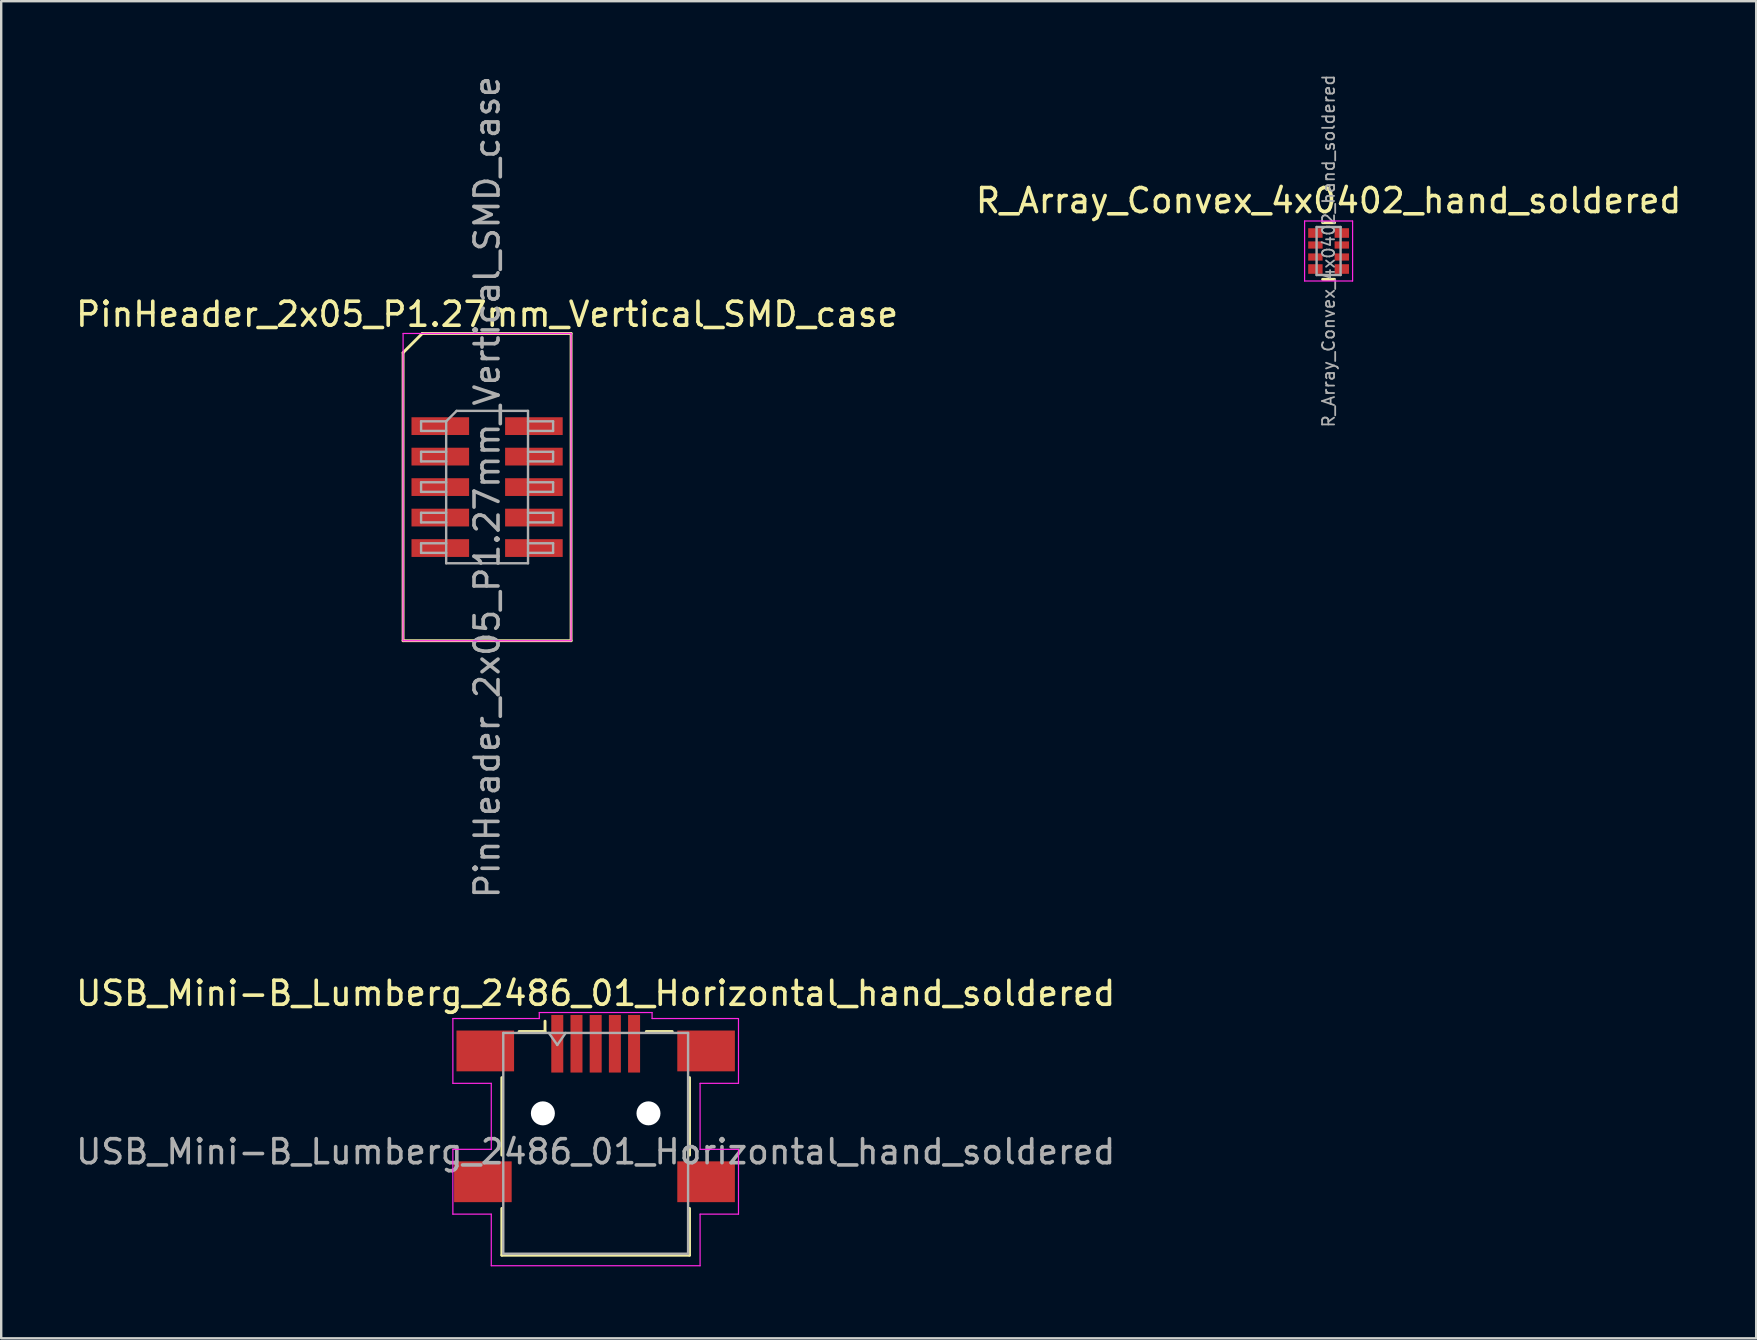
<source format=kicad_pcb>
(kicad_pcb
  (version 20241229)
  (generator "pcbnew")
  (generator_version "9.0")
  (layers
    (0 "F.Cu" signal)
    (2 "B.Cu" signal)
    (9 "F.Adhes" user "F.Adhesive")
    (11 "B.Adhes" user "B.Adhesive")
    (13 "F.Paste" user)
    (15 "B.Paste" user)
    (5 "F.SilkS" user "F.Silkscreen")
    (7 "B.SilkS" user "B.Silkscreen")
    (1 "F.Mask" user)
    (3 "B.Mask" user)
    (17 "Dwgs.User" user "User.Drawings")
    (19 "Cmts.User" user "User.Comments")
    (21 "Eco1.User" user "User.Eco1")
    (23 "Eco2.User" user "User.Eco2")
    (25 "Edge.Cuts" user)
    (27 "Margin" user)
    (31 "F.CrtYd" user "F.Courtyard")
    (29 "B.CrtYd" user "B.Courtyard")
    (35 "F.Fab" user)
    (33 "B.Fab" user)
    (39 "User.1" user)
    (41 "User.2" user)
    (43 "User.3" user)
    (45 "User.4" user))
  (footprint "PinHeader_2x05_P1.27mm_Vertical_SMD_case"
    (layer "F.Cu")
    (at 17.244 17.244)
    (property "Reference" "PinHeader_2x05_P1.27mm_Vertical_SMD_case" (at 0 -7.2 0) (layer "F.SilkS") (effects (font (size 1 1) (thickness 0.15))))
    (attr smd)
    (fp_line (start -3.5 6.4) (end -3.5 -5.6) (stroke (width 0.12) (type solid)) (layer "F.SilkS"))
    (fp_line (start -3.5 6.4) (end 3.5 6.4) (stroke (width 0.12) (type solid)) (layer "F.SilkS"))
    (fp_line (start -2.7 -6.4) (end -3.5 -5.6) (stroke (width 0.12) (type solid)) (layer "F.SilkS"))
    (fp_line (start -2.7 -6.4) (end 3.5 -6.4) (stroke (width 0.12) (type solid)) (layer "F.SilkS"))
    (fp_line (start 3.5 -6.4) (end 3.5 6.4) (stroke (width 0.12) (type solid)) (layer "F.SilkS"))
    (fp_line (start -3.5 -6.4) (end -3.5 6.4) (stroke (width 0.05) (type solid)) (layer "F.CrtYd"))
    (fp_line (start -3.5 6.4) (end 3.5 6.4) (stroke (width 0.05) (type solid)) (layer "F.CrtYd"))
    (fp_line (start 3.5 -6.4) (end -3.5 -6.4) (stroke (width 0.05) (type solid)) (layer "F.CrtYd"))
    (fp_line (start 3.5 6.4) (end 3.5 -6.4) (stroke (width 0.05) (type solid)) (layer "F.CrtYd"))
    (fp_line (start -2.75 -2.74) (end -2.75 -2.34) (stroke (width 0.1) (type solid)) (layer "F.Fab"))
    (fp_line (start -2.75 -2.34) (end -1.705 -2.34) (stroke (width 0.1) (type solid)) (layer "F.Fab"))
    (fp_line (start -2.75 -1.47) (end -2.75 -1.07) (stroke (width 0.1) (type solid)) (layer "F.Fab"))
    (fp_line (start -2.75 -1.07) (end -1.705 -1.07) (stroke (width 0.1) (type solid)) (layer "F.Fab"))
    (fp_line (start -2.75 -0.2) (end -2.75 0.2) (stroke (width 0.1) (type solid)) (layer "F.Fab"))
    (fp_line (start -2.75 0.2) (end -1.705 0.2) (stroke (width 0.1) (type solid)) (layer "F.Fab"))
    (fp_line (start -2.75 1.07) (end -2.75 1.47) (stroke (width 0.1) (type solid)) (layer "F.Fab"))
    (fp_line (start -2.75 1.47) (end -1.705 1.47) (stroke (width 0.1) (type solid)) (layer "F.Fab"))
    (fp_line (start -2.75 2.34) (end -2.75 2.74) (stroke (width 0.1) (type solid)) (layer "F.Fab"))
    (fp_line (start -2.75 2.74) (end -1.705 2.74) (stroke (width 0.1) (type solid)) (layer "F.Fab"))
    (fp_line (start -1.705 -2.74) (end -2.75 -2.74) (stroke (width 0.1) (type solid)) (layer "F.Fab"))
    (fp_line (start -1.705 -2.74) (end -1.27 -3.175) (stroke (width 0.1) (type solid)) (layer "F.Fab"))
    (fp_line (start -1.705 -1.47) (end -2.75 -1.47) (stroke (width 0.1) (type solid)) (layer "F.Fab"))
    (fp_line (start -1.705 -0.2) (end -2.75 -0.2) (stroke (width 0.1) (type solid)) (layer "F.Fab"))
    (fp_line (start -1.705 1.07) (end -2.75 1.07) (stroke (width 0.1) (type solid)) (layer "F.Fab"))
    (fp_line (start -1.705 2.34) (end -2.75 2.34) (stroke (width 0.1) (type solid)) (layer "F.Fab"))
    (fp_line (start -1.705 3.175) (end -1.705 -2.74) (stroke (width 0.1) (type solid)) (layer "F.Fab"))
    (fp_line (start -1.27 -3.175) (end 1.705 -3.175) (stroke (width 0.1) (type solid)) (layer "F.Fab"))
    (fp_line (start 1.705 -3.175) (end 1.705 3.175) (stroke (width 0.1) (type solid)) (layer "F.Fab"))
    (fp_line (start 1.705 -2.74) (end 2.75 -2.74) (stroke (width 0.1) (type solid)) (layer "F.Fab"))
    (fp_line (start 1.705 -1.47) (end 2.75 -1.47) (stroke (width 0.1) (type solid)) (layer "F.Fab"))
    (fp_line (start 1.705 -0.2) (end 2.75 -0.2) (stroke (width 0.1) (type solid)) (layer "F.Fab"))
    (fp_line (start 1.705 1.07) (end 2.75 1.07) (stroke (width 0.1) (type solid)) (layer "F.Fab"))
    (fp_line (start 1.705 2.34) (end 2.75 2.34) (stroke (width 0.1) (type solid)) (layer "F.Fab"))
    (fp_line (start 1.705 3.175) (end -1.705 3.175) (stroke (width 0.1) (type solid)) (layer "F.Fab"))
    (fp_line (start 2.75 -2.74) (end 2.75 -2.34) (stroke (width 0.1) (type solid)) (layer "F.Fab"))
    (fp_line (start 2.75 -2.34) (end 1.705 -2.34) (stroke (width 0.1) (type solid)) (layer "F.Fab"))
    (fp_line (start 2.75 -1.47) (end 2.75 -1.07) (stroke (width 0.1) (type solid)) (layer "F.Fab"))
    (fp_line (start 2.75 -1.07) (end 1.705 -1.07) (stroke (width 0.1) (type solid)) (layer "F.Fab"))
    (fp_line (start 2.75 -0.2) (end 2.75 0.2) (stroke (width 0.1) (type solid)) (layer "F.Fab"))
    (fp_line (start 2.75 0.2) (end 1.705 0.2) (stroke (width 0.1) (type solid)) (layer "F.Fab"))
    (fp_line (start 2.75 1.07) (end 2.75 1.47) (stroke (width 0.1) (type solid)) (layer "F.Fab"))
    (fp_line (start 2.75 1.47) (end 1.705 1.47) (stroke (width 0.1) (type solid)) (layer "F.Fab"))
    (fp_line (start 2.75 2.34) (end 2.75 2.74) (stroke (width 0.1) (type solid)) (layer "F.Fab"))
    (fp_line (start 2.75 2.74) (end 1.705 2.74) (stroke (width 0.1) (type solid)) (layer "F.Fab"))
    (fp_text user "${REFERENCE}" (at 0 0 90) (layer "F.Fab") (effects (font (size 1 1) (thickness 0.15))))
    (pad "1" smd rect (at -1.95 -2.54) (size 2.4 0.74) (layers "F.Cu" "F.Mask" "F.Paste"))
    (pad "2" smd rect (at 1.95 -2.54) (size 2.4 0.74) (layers "F.Cu" "F.Mask" "F.Paste"))
    (pad "3" smd rect (at -1.95 -1.27) (size 2.4 0.74) (layers "F.Cu" "F.Mask" "F.Paste"))
    (pad "4" smd rect (at 1.95 -1.27) (size 2.4 0.74) (layers "F.Cu" "F.Mask" "F.Paste"))
    (pad "5" smd rect (at -1.95 0) (size 2.4 0.74) (layers "F.Cu" "F.Mask" "F.Paste"))
    (pad "6" smd rect (at 1.95 0) (size 2.4 0.74) (layers "F.Cu" "F.Mask" "F.Paste"))
    (pad "7" smd rect (at -1.95 1.27) (size 2.4 0.74) (layers "F.Cu" "F.Mask" "F.Paste"))
    (pad "8" smd rect (at 1.95 1.27) (size 2.4 0.74) (layers "F.Cu" "F.Mask" "F.Paste"))
    (pad "9" smd rect (at -1.95 2.54) (size 2.4 0.74) (layers "F.Cu" "F.Mask" "F.Paste"))
    (pad "10" smd rect (at 1.95 2.54) (size 2.4 0.74) (layers "F.Cu" "F.Mask" "F.Paste")))
  (footprint "USB_Mini-B_Lumberg_2486_01_Horizontal_hand_soldered"
    (layer "F.Cu")
    (at 21.768 43.336)
    (property "Reference" "USB_Mini-B_Lumberg_2486_01_Horizontal_hand_soldered" (at 0 -5 0) (layer "F.SilkS") (effects (font (size 1 1) (thickness 0.15))))
    (attr smd)
    (fp_line (start -3.91 1.74) (end -3.91 -1.49) (stroke (width 0.12) (type solid)) (layer "F.SilkS"))
    (fp_line (start -3.91 5.91) (end -3.91 3.96) (stroke (width 0.12) (type solid)) (layer "F.SilkS"))
    (fp_line (start -3.19 -3.41) (end -2.11 -3.41) (stroke (width 0.12) (type solid)) (layer "F.SilkS"))
    (fp_line (start -2.11 -3.41) (end -2.11 -3.84) (stroke (width 0.12) (type solid)) (layer "F.SilkS"))
    (fp_line (start 2.11 -3.41) (end 3.19 -3.41) (stroke (width 0.12) (type solid)) (layer "F.SilkS"))
    (fp_line (start 3.91 1.74) (end 3.91 -1.49) (stroke (width 0.12) (type solid)) (layer "F.SilkS"))
    (fp_line (start 3.91 5.91) (end -3.91 5.91) (stroke (width 0.12) (type solid)) (layer "F.SilkS"))
    (fp_line (start 3.91 5.91) (end 3.91 3.96) (stroke (width 0.12) (type solid)) (layer "F.SilkS"))
    (fp_line (start -5.95 -3.95) (end -5.95 -1.25) (stroke (width 0.05) (type solid)) (layer "F.CrtYd"))
    (fp_line (start -5.95 -3.95) (end -2.35 -3.95) (stroke (width 0.05) (type solid)) (layer "F.CrtYd"))
    (fp_line (start -5.95 1.5) (end -5.95 4.2) (stroke (width 0.05) (type solid)) (layer "F.CrtYd"))
    (fp_line (start -4.35 -1.25) (end -5.95 -1.25) (stroke (width 0.05) (type solid)) (layer "F.CrtYd"))
    (fp_line (start -4.35 -1.25) (end -4.35 1.5) (stroke (width 0.05) (type solid)) (layer "F.CrtYd"))
    (fp_line (start -4.35 1.5) (end -5.95 1.5) (stroke (width 0.05) (type solid)) (layer "F.CrtYd"))
    (fp_line (start -4.35 4.2) (end -5.95 4.2) (stroke (width 0.05) (type solid)) (layer "F.CrtYd"))
    (fp_line (start -4.35 6.35) (end -4.35 4.2) (stroke (width 0.05) (type solid)) (layer "F.CrtYd"))
    (fp_line (start -4.35 6.35) (end 4.35 6.35) (stroke (width 0.05) (type solid)) (layer "F.CrtYd"))
    (fp_line (start -2.35 -3.95) (end -2.35 -4.2) (stroke (width 0.05) (type solid)) (layer "F.CrtYd"))
    (fp_line (start 2.35 -4.2) (end -2.35 -4.2) (stroke (width 0.05) (type solid)) (layer "F.CrtYd"))
    (fp_line (start 2.35 -3.95) (end 2.35 -4.2) (stroke (width 0.05) (type solid)) (layer "F.CrtYd"))
    (fp_line (start 4.35 -1.25) (end 4.35 1.5) (stroke (width 0.05) (type solid)) (layer "F.CrtYd"))
    (fp_line (start 4.35 -1.25) (end 5.95 -1.25) (stroke (width 0.05) (type solid)) (layer "F.CrtYd"))
    (fp_line (start 4.35 1.5) (end 5.95 1.5) (stroke (width 0.05) (type solid)) (layer "F.CrtYd"))
    (fp_line (start 4.35 4.2) (end 5.95 4.2) (stroke (width 0.05) (type solid)) (layer "F.CrtYd"))
    (fp_line (start 4.35 6.35) (end 4.35 4.2) (stroke (width 0.05) (type solid)) (layer "F.CrtYd"))
    (fp_line (start 5.95 -3.95) (end 2.35 -3.95) (stroke (width 0.05) (type solid)) (layer "F.CrtYd"))
    (fp_line (start 5.95 -3.95) (end 5.95 -1.25) (stroke (width 0.05) (type solid)) (layer "F.CrtYd"))
    (fp_line (start 5.95 1.5) (end 5.95 4.2) (stroke (width 0.05) (type solid)) (layer "F.CrtYd"))
    (fp_line (start -3.85 -3.35) (end -3.85 5.85) (stroke (width 0.1) (type solid)) (layer "F.Fab"))
    (fp_line (start -3.85 -3.35) (end 3.85 -3.35) (stroke (width 0.1) (type solid)) (layer "F.Fab"))
    (fp_line (start -3.85 5.85) (end 3.85 5.85) (stroke (width 0.1) (type solid)) (layer "F.Fab"))
    (fp_line (start -1.95 -3.35) (end -1.6 -2.85) (stroke (width 0.1) (type solid)) (layer "F.Fab"))
    (fp_line (start -1.6 -2.85) (end -1.25 -3.35) (stroke (width 0.1) (type solid)) (layer "F.Fab"))
    (fp_line (start 3.85 5.85) (end 3.85 -3.35) (stroke (width 0.1) (type solid)) (layer "F.Fab"))
    (fp_text user "${REFERENCE}" (at 0 1.6 180) (layer "F.Fab") (effects (font (size 1 1) (thickness 0.15))))
    (pad "" np_thru_hole circle (at -2.2 0) (size 1 1) (drill 1) (layers "*.Cu" "*.Mask"))
    (pad "" np_thru_hole circle (at 2.2 0) (size 1 1) (drill 1) (layers "*.Cu" "*.Mask"))
    (pad "1" smd rect (at -1.6 -2.9) (size 0.5 2.4) (layers "F.Cu" "F.Mask" "F.Paste"))
    (pad "2" smd rect (at -0.8 -2.9) (size 0.5 2.4) (layers "F.Cu" "F.Mask" "F.Paste"))
    (pad "3" smd rect (at 0 -2.9) (size 0.5 2.4) (layers "F.Cu" "F.Mask" "F.Paste"))
    (pad "4" smd rect (at 0.8 -2.9) (size 0.5 2.4) (layers "F.Cu" "F.Mask" "F.Paste"))
    (pad "5" smd rect (at 1.6 -2.9) (size 0.5 2.4) (layers "F.Cu" "F.Mask" "F.Paste"))
    (pad "6" smd rect (at -4.7 2.85) (size 2.4 1.7) (layers "F.Cu" "F.Mask" "F.Paste"))
    (pad "6" smd rect (at -4.6 -2.6) (size 2.4 1.7) (layers "F.Cu" "F.Mask" "F.Paste"))
    (pad "6" smd rect (at 4.6 -2.6) (size 2.4 1.7) (layers "F.Cu" "F.Mask" "F.Paste"))
    (pad "6" smd rect (at 4.6 2.85) (size 2.4 1.7) (layers "F.Cu" "F.Mask" "F.Paste")))
  (footprint "R_Array_Convex_4x0402_hand_soldered"
    (layer "F.Cu")
    (at 52.304 7.408)
    (property "Reference" "R_Array_Convex_4x0402_hand_soldered" (at 0 -2.1 0) (layer "F.SilkS") (effects (font (size 1 1) (thickness 0.15))))
    (attr smd)
    (fp_line (start 0.25 -1.18) (end -0.25 -1.18) (stroke (width 0.12) (type solid)) (layer "F.SilkS"))
    (fp_line (start 0.25 1.18) (end -0.25 1.18) (stroke (width 0.12) (type solid)) (layer "F.SilkS"))
    (fp_line (start -1 -1.25) (end -1 1.25) (stroke (width 0.05) (type solid)) (layer "F.CrtYd"))
    (fp_line (start -1 -1.25) (end 1 -1.25) (stroke (width 0.05) (type solid)) (layer "F.CrtYd"))
    (fp_line (start 1 1.25) (end -1 1.25) (stroke (width 0.05) (type solid)) (layer "F.CrtYd"))
    (fp_line (start 1 1.25) (end 1 -1.25) (stroke (width 0.05) (type solid)) (layer "F.CrtYd"))
    (fp_line (start -0.5 -1) (end 0.5 -1) (stroke (width 0.1) (type solid)) (layer "F.Fab"))
    (fp_line (start -0.5 1) (end -0.5 -1) (stroke (width 0.1) (type solid)) (layer "F.Fab"))
    (fp_line (start 0.5 -1) (end 0.5 1) (stroke (width 0.1) (type solid)) (layer "F.Fab"))
    (fp_line (start 0.5 1) (end -0.5 1) (stroke (width 0.1) (type solid)) (layer "F.Fab"))
    (fp_text user "${REFERENCE}" (at 0 0 90) (layer "F.Fab") (effects (font (size 0.5 0.5) (thickness 0.075))))
    (pad "1" smd rect (at -0.55 -0.75) (size 0.6 0.4) (layers "F.Cu" "F.Mask" "F.Paste"))
    (pad "2" smd rect (at -0.55 -0.25) (size 0.6 0.3) (layers "F.Cu" "F.Mask" "F.Paste"))
    (pad "3" smd rect (at -0.55 0.25) (size 0.6 0.3) (layers "F.Cu" "F.Mask" "F.Paste"))
    (pad "4" smd rect (at -0.55 0.75) (size 0.6 0.4) (layers "F.Cu" "F.Mask" "F.Paste"))
    (pad "5" smd rect (at 0.55 0.75) (size 0.6 0.4) (layers "F.Cu" "F.Mask" "F.Paste"))
    (pad "6" smd rect (at 0.55 0.25) (size 0.6 0.3) (layers "F.Cu" "F.Mask" "F.Paste"))
    (pad "7" smd rect (at 0.55 -0.25) (size 0.6 0.3) (layers "F.Cu" "F.Mask" "F.Paste"))
    (pad "8" smd rect (at 0.55 -0.75) (size 0.6 0.4) (layers "F.Cu" "F.Mask" "F.Paste")))
  (gr_rect
    (start -3 -3)
    (end 70.119 52.711)
    (stroke (width 0.1) (type default))
    (fill no)
    (layer "Edge.Cuts")))
</source>
